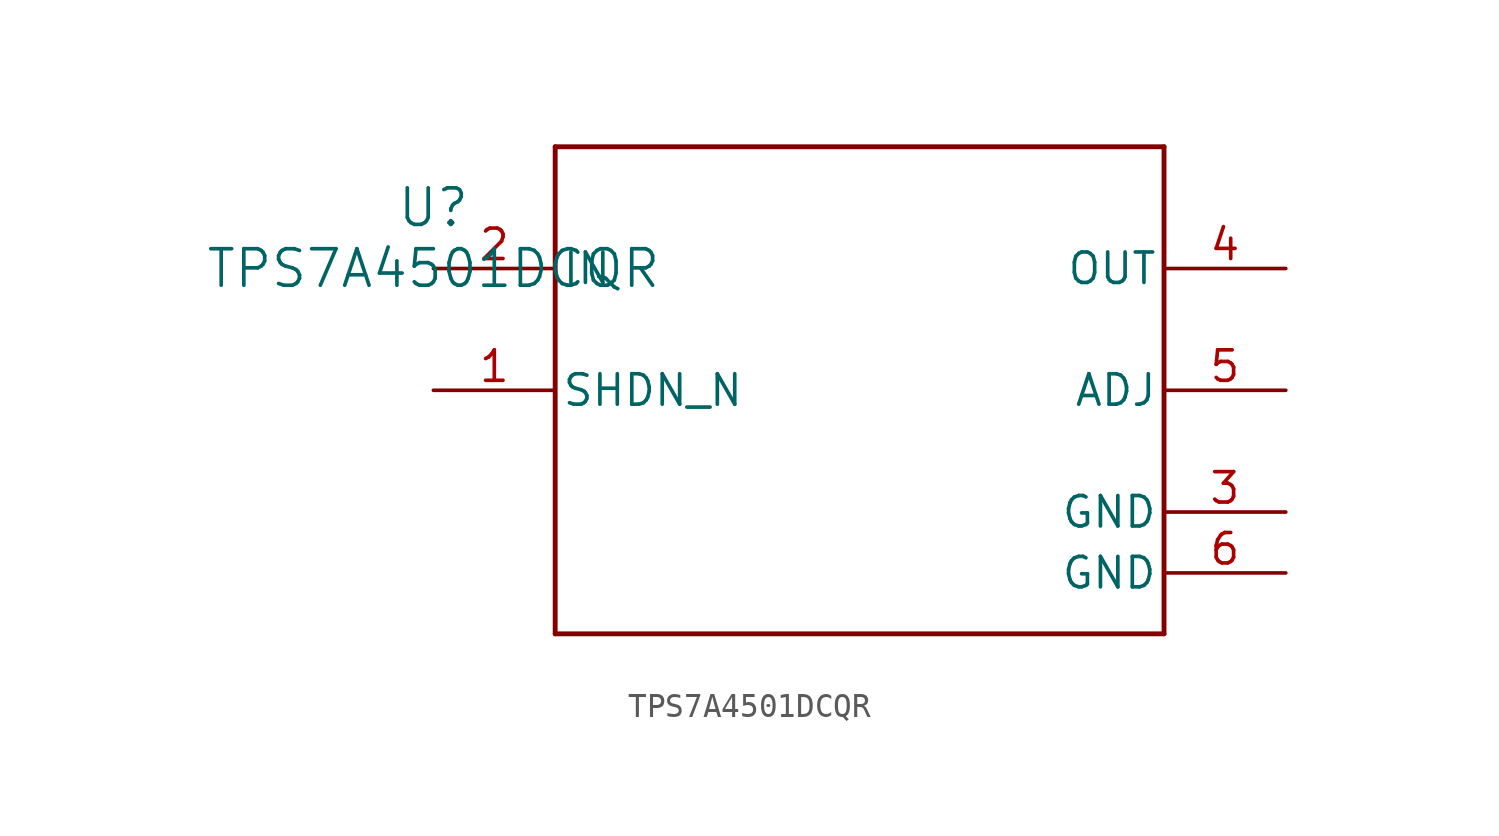
<source format=kicad_sym>
(kicad_symbol_lib
  (version 20211014)
  (generator kicad_symbol_editor)
  (symbol "TPS7A4501DCQR"
    (pin_names
      (offset 0.254))
    (property "Reference" "U"
      (at 0 2.54 0)
      (effects (font (size 1.524 1.524))))
    (property "Value" "TPS7A4501DCQR"
      (at 0 0 0)
      (effects (font (size 1.524 1.524))))
    (symbol "TPS7A4501DCQR_0_1"
      (polyline (pts (xy 5.08 -15.24) (xy 30.48 -15.24)) (stroke (width 0.203) (type default) (color 0 0 0 0)) (fill (type none)))
      (polyline (pts (xy 30.48 -15.24) (xy 30.48 5.08)) (stroke (width 0.203) (type default) (color 0 0 0 0)) (fill (type none)))
      (polyline (pts (xy 30.48 5.08) (xy 5.08 5.08)) (stroke (width 0.203) (type default) (color 0 0 0 0)) (fill (type none)))
      (polyline (pts (xy 5.08 5.08) (xy 5.08 -15.24)) (stroke (width 0.203) (type default) (color 0 0 0 0)) (fill (type none)))
      (pin input line (at 0 -5.08 0) (length 5.08) (name "SHDN_N" (effects (font (size 1.27 1.27)))) (number "1" (effects (font (size 1.27 1.27)))))
      (pin power_in line (at 0 0 0) (length 5.08) (name "IN" (effects (font (size 1.27 1.27)))) (number "2" (effects (font (size 1.27 1.27)))))
      (pin power_in line (at 35.56 -10.16 180) (length 5.08) (name "GND" (effects (font (size 1.27 1.27)))) (number "3" (effects (font (size 1.27 1.27)))))
      (pin power_in line (at 35.56 0 180) (length 5.08) (name "OUT" (effects (font (size 1.27 1.27)))) (number "4" (effects (font (size 1.27 1.27)))))
      (pin unspecified line (at 35.56 -5.08 180) (length 5.08) (name "ADJ" (effects (font (size 1.27 1.27)))) (number "5" (effects (font (size 1.27 1.27)))))
      (pin power_in line (at 35.56 -12.7 180) (length 5.08) (name "GND" (effects (font (size 1.27 1.27)))) (number "6" (effects (font (size 1.27 1.27))))))))
</source>
